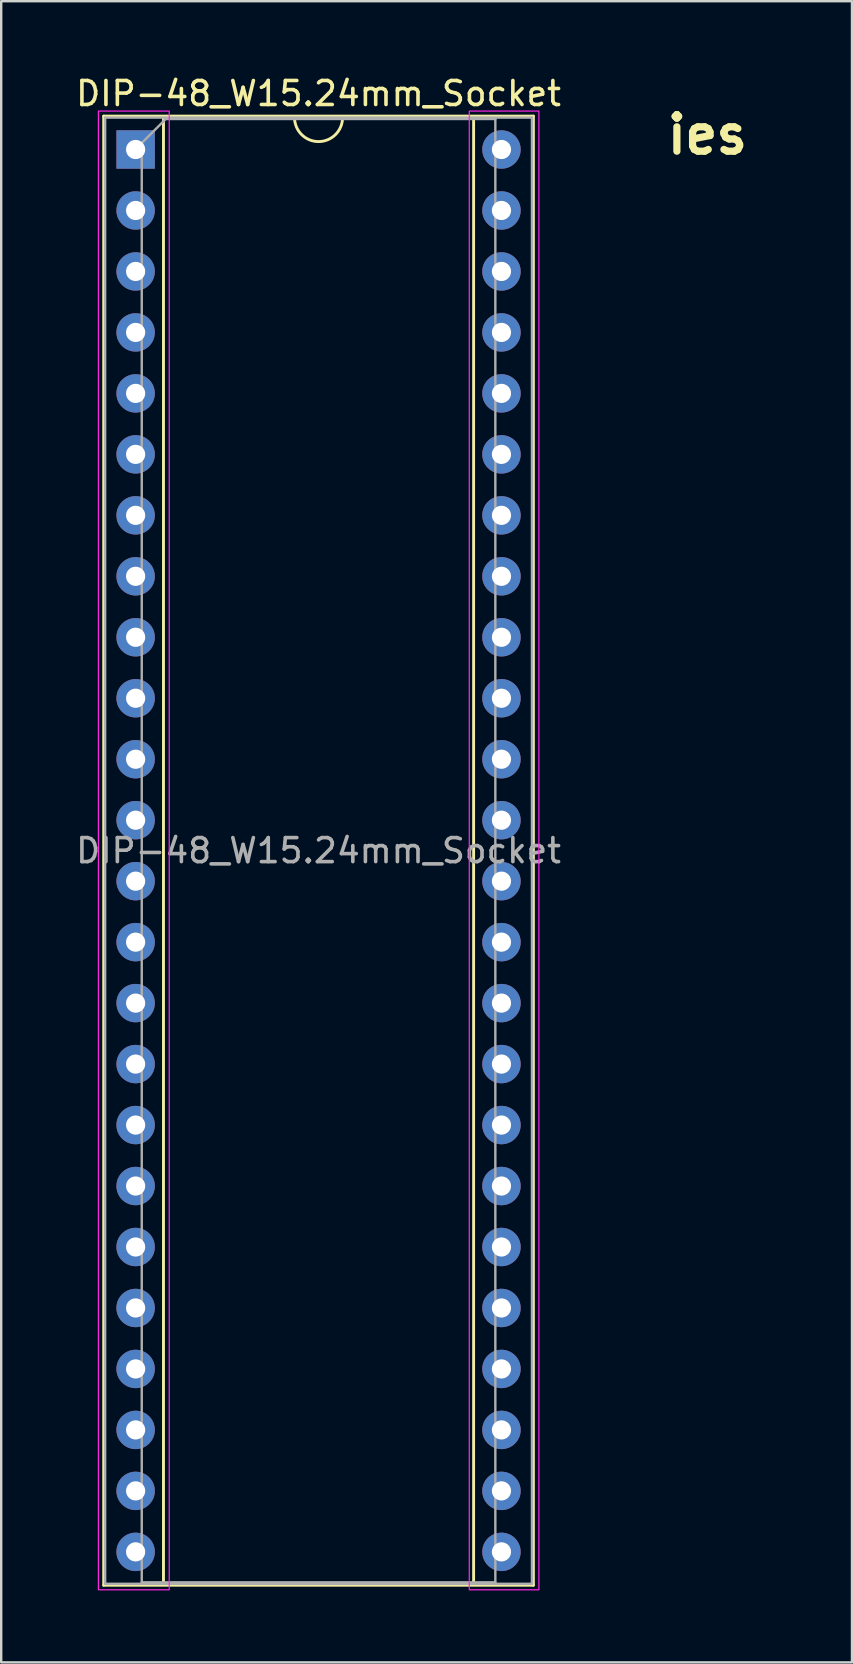
<source format=kicad_pcb>
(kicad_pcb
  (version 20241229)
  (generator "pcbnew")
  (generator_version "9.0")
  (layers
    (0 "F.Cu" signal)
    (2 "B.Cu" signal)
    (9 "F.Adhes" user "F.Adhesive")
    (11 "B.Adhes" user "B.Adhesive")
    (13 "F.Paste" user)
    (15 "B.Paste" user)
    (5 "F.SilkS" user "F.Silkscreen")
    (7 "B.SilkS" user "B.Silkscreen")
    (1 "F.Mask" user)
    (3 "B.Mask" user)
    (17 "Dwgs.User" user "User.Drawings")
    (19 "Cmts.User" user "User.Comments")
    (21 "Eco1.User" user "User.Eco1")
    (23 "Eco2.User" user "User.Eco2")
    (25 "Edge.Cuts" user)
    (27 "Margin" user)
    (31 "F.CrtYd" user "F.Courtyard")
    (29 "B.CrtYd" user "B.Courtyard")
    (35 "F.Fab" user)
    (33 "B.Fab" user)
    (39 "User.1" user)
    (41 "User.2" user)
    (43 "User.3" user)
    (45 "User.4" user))
  (footprint "ies"
    (layer "F.Cu")
    (at 26.418 2.559)
    (property "Reference" "ies" (at 0 0 0) (layer "F.SilkS") (effects (font (size 1.524 1.524) (thickness 0.3))))
    (attr board_only exclude_from_pos_files exclude_from_bom)
    (fp_poly (pts (xy -2.279 -1.861) (xy -2.977 -1.861) (xy -2.977 -2.559) (xy -2.279 -2.559)) (stroke (width 0) (type solid)) (fill yes) (layer "F.Mask"))
    (fp_poly (pts (xy -2.279 -0.977) (xy -2.977 -0.977) (xy -2.977 -1.675) (xy -2.279 -1.675)) (stroke (width 0) (type solid)) (fill yes) (layer "F.Mask"))
    (fp_poly (pts (xy -2.279 -0.093) (xy -2.977 -0.093) (xy -2.977 -0.791) (xy -2.279 -0.791)) (stroke (width 0) (type solid)) (fill yes) (layer "F.Mask"))
    (fp_poly (pts (xy -2.279 0.791) (xy -2.977 0.791) (xy -2.977 0.093) (xy -2.279 0.093)) (stroke (width 0) (type solid)) (fill yes) (layer "F.Mask"))
    (fp_poly (pts (xy -2.279 1.675) (xy -2.977 1.675) (xy -2.977 0.977) (xy -2.279 0.977)) (stroke (width 0) (type solid)) (fill yes) (layer "F.Mask"))
    (fp_poly (pts (xy -1.396 -0.977) (xy -2.093 -0.977) (xy -2.093 -1.675) (xy -1.396 -1.675)) (stroke (width 0) (type solid)) (fill yes) (layer "F.Mask"))
    (fp_poly (pts (xy -1.396 -0.093) (xy -2.093 -0.093) (xy -2.093 -0.791) (xy -1.396 -0.791)) (stroke (width 0) (type solid)) (fill yes) (layer "F.Mask"))
    (fp_poly (pts (xy -1.396 0.791) (xy -2.093 0.791) (xy -2.093 0.093) (xy -1.396 0.093)) (stroke (width 0) (type solid)) (fill yes) (layer "F.Mask"))
    (fp_poly (pts (xy -1.396 1.675) (xy -2.093 1.675) (xy -2.093 0.977) (xy -1.396 0.977)) (stroke (width 0) (type solid)) (fill yes) (layer "F.Mask"))
    (fp_poly (pts (xy -1.396 2.559) (xy -2.093 2.559) (xy -2.093 1.861) (xy -1.396 1.861)) (stroke (width 0) (type solid)) (fill yes) (layer "F.Mask"))
    (fp_poly (pts (xy -0.512 -0.977) (xy -1.21 -0.977) (xy -1.21 -1.675) (xy -0.512 -1.675)) (stroke (width 0) (type solid)) (fill yes) (layer "F.Mask"))
    (fp_poly (pts (xy -0.512 0.791) (xy -1.21 0.791) (xy -1.21 0.093) (xy -0.512 0.093)) (stroke (width 0) (type solid)) (fill yes) (layer "F.Mask"))
    (fp_poly (pts (xy -0.512 2.559) (xy -1.21 2.559) (xy -1.21 1.861) (xy -0.512 1.861)) (stroke (width 0) (type solid)) (fill yes) (layer "F.Mask"))
    (fp_poly (pts (xy 0.372 -0.977) (xy -0.326 -0.977) (xy -0.326 -1.675) (xy 0.372 -1.675)) (stroke (width 0) (type solid)) (fill yes) (layer "F.Mask"))
    (fp_poly (pts (xy 0.372 0.791) (xy -0.326 0.791) (xy -0.326 0.093) (xy 0.372 0.093)) (stroke (width 0) (type solid)) (fill yes) (layer "F.Mask"))
    (fp_poly (pts (xy 0.372 2.559) (xy -0.326 2.559) (xy -0.326 1.861) (xy 0.372 1.861)) (stroke (width 0) (type solid)) (fill yes) (layer "F.Mask"))
    (fp_poly (pts (xy 1.256 -1.861) (xy 0.558 -1.861) (xy 0.558 -2.559) (xy 1.256 -2.559)) (stroke (width 0) (type solid)) (fill yes) (layer "F.Mask"))
    (fp_poly (pts (xy 1.256 -0.977) (xy 0.558 -0.977) (xy 0.558 -1.675) (xy 1.256 -1.675)) (stroke (width 0) (type solid)) (fill yes) (layer "F.Mask"))
    (fp_poly (pts (xy 1.256 -0.093) (xy 0.558 -0.093) (xy 0.558 -0.791) (xy 1.256 -0.791)) (stroke (width 0) (type solid)) (fill yes) (layer "F.Mask"))
    (fp_poly (pts (xy 1.256 1.675) (xy 0.558 1.675) (xy 0.558 0.977) (xy 1.256 0.977)) (stroke (width 0) (type solid)) (fill yes) (layer "F.Mask"))
    (fp_poly (pts (xy 2.14 -1.861) (xy 1.442 -1.861) (xy 1.442 -2.559) (xy 2.14 -2.559)) (stroke (width 0) (type solid)) (fill yes) (layer "F.Mask"))
    (fp_poly (pts (xy 2.14 -0.093) (xy 1.442 -0.093) (xy 1.442 -0.791) (xy 2.14 -0.791)) (stroke (width 0) (type solid)) (fill yes) (layer "F.Mask"))
    (fp_poly (pts (xy 2.14 1.675) (xy 1.442 1.675) (xy 1.442 0.977) (xy 2.14 0.977)) (stroke (width 0) (type solid)) (fill yes) (layer "F.Mask"))
    (fp_poly (pts (xy 3.024 -1.861) (xy 2.326 -1.861) (xy 2.326 -2.559) (xy 3.024 -2.559)) (stroke (width 0) (type solid)) (fill yes) (layer "F.Mask"))
    (fp_poly (pts (xy 3.024 -0.093) (xy 2.326 -0.093) (xy 2.326 -0.791) (xy 3.024 -0.791)) (stroke (width 0) (type solid)) (fill yes) (layer "F.Mask"))
    (fp_poly (pts (xy 3.024 0.791) (xy 2.326 0.791) (xy 2.326 0.093) (xy 3.024 0.093)) (stroke (width 0) (type solid)) (fill yes) (layer "F.Mask"))
    (fp_poly (pts (xy 3.024 1.675) (xy 2.326 1.675) (xy 2.326 0.977) (xy 3.024 0.977)) (stroke (width 0) (type solid)) (fill yes) (layer "F.Mask"))
    (fp_poly (pts (xy -2.279 2.559) (xy -2.977 2.559) (xy -2.977 2.466) (xy -2.884 2.466) (xy -2.373 2.466) (xy -2.373 1.954) (xy -2.884 1.954) (xy -2.884 2.466) (xy -2.977 2.466) (xy -2.977 1.861) (xy -2.279 1.861)) (stroke (width 0) (type solid)) (fill yes) (layer "F.Mask"))
    (fp_poly (pts (xy -1.396 -1.861) (xy -2.093 -1.861) (xy -2.093 -1.954) (xy -2 -1.954) (xy -1.489 -1.954) (xy -1.489 -2.466) (xy -2 -2.466) (xy -2 -1.954) (xy -2.093 -1.954) (xy -2.093 -2.559) (xy -1.396 -2.559)) (stroke (width 0) (type solid)) (fill yes) (layer "F.Mask"))
    (fp_poly (pts (xy -0.512 -1.861) (xy -1.21 -1.861) (xy -1.21 -1.954) (xy -1.116 -1.954) (xy -0.605 -1.954) (xy -0.605 -2.466) (xy -1.116 -2.466) (xy -1.116 -1.954) (xy -1.21 -1.954) (xy -1.21 -2.559) (xy -0.512 -2.559)) (stroke (width 0) (type solid)) (fill yes) (layer "F.Mask"))
    (fp_poly (pts (xy -0.512 -0.093) (xy -1.21 -0.093) (xy -1.21 -0.186) (xy -1.116 -0.186) (xy -0.605 -0.186) (xy -0.605 -0.698) (xy -1.116 -0.698) (xy -1.116 -0.186) (xy -1.21 -0.186) (xy -1.21 -0.791) (xy -0.512 -0.791)) (stroke (width 0) (type solid)) (fill yes) (layer "F.Mask"))
    (fp_poly (pts (xy -0.512 1.675) (xy -1.21 1.675) (xy -1.21 1.582) (xy -1.116 1.582) (xy -0.605 1.582) (xy -0.605 1.07) (xy -1.116 1.07) (xy -1.116 1.582) (xy -1.21 1.582) (xy -1.21 0.977) (xy -0.512 0.977)) (stroke (width 0) (type solid)) (fill yes) (layer "F.Mask"))
    (fp_poly (pts (xy 0.372 -1.861) (xy -0.326 -1.861) (xy -0.326 -1.954) (xy -0.233 -1.954) (xy 0.279 -1.954) (xy 0.279 -2.466) (xy -0.233 -2.466) (xy -0.233 -1.954) (xy -0.326 -1.954) (xy -0.326 -2.559) (xy 0.372 -2.559)) (stroke (width 0) (type solid)) (fill yes) (layer "F.Mask"))
    (fp_poly (pts (xy 0.372 -0.093) (xy -0.326 -0.093) (xy -0.326 -0.186) (xy -0.233 -0.186) (xy 0.279 -0.186) (xy 0.279 -0.698) (xy -0.233 -0.698) (xy -0.233 -0.186) (xy -0.326 -0.186) (xy -0.326 -0.791) (xy 0.372 -0.791)) (stroke (width 0) (type solid)) (fill yes) (layer "F.Mask"))
    (fp_poly (pts (xy 0.372 1.675) (xy -0.326 1.675) (xy -0.326 1.582) (xy -0.233 1.582) (xy 0.279 1.582) (xy 0.279 1.07) (xy -0.233 1.07) (xy -0.233 1.582) (xy -0.326 1.582) (xy -0.326 0.977) (xy 0.372 0.977)) (stroke (width 0) (type solid)) (fill yes) (layer "F.Mask"))
    (fp_poly (pts (xy 1.256 0.791) (xy 0.558 0.791) (xy 0.558 0.698) (xy 0.651 0.698) (xy 1.163 0.698) (xy 1.163 0.186) (xy 0.651 0.186) (xy 0.651 0.698) (xy 0.558 0.698) (xy 0.558 0.093) (xy 1.256 0.093)) (stroke (width 0) (type solid)) (fill yes) (layer "F.Mask"))
    (fp_poly (pts (xy 1.256 2.559) (xy 0.558 2.559) (xy 0.558 2.466) (xy 0.651 2.466) (xy 1.163 2.466) (xy 1.163 1.954) (xy 0.651 1.954) (xy 0.651 2.466) (xy 0.558 2.466) (xy 0.558 1.861) (xy 1.256 1.861)) (stroke (width 0) (type solid)) (fill yes) (layer "F.Mask"))
    (fp_poly (pts (xy 2.14 -0.977) (xy 1.442 -0.977) (xy 1.442 -1.07) (xy 1.535 -1.07) (xy 2.047 -1.07) (xy 2.047 -1.582) (xy 1.535 -1.582) (xy 1.535 -1.07) (xy 1.442 -1.07) (xy 1.442 -1.675) (xy 2.14 -1.675)) (stroke (width 0) (type solid)) (fill yes) (layer "F.Mask"))
    (fp_poly (pts (xy 2.14 0.791) (xy 1.442 0.791) (xy 1.442 0.698) (xy 1.535 0.698) (xy 2.047 0.698) (xy 2.047 0.186) (xy 1.535 0.186) (xy 1.535 0.698) (xy 1.442 0.698) (xy 1.442 0.093) (xy 2.14 0.093)) (stroke (width 0) (type solid)) (fill yes) (layer "F.Mask"))
    (fp_poly (pts (xy 2.14 2.559) (xy 1.442 2.559) (xy 1.442 2.466) (xy 1.535 2.466) (xy 2.047 2.466) (xy 2.047 1.954) (xy 1.535 1.954) (xy 1.535 2.466) (xy 1.442 2.466) (xy 1.442 1.861) (xy 2.14 1.861)) (stroke (width 0) (type solid)) (fill yes) (layer "F.Mask"))
    (fp_poly (pts (xy 3.024 -0.977) (xy 2.326 -0.977) (xy 2.326 -1.07) (xy 2.419 -1.07) (xy 2.931 -1.07) (xy 2.931 -1.582) (xy 2.419 -1.582) (xy 2.419 -1.07) (xy 2.326 -1.07) (xy 2.326 -1.675) (xy 3.024 -1.675)) (stroke (width 0) (type solid)) (fill yes) (layer "F.Mask"))
    (fp_poly (pts (xy 3.024 2.559) (xy 2.326 2.559) (xy 2.326 2.466) (xy 2.419 2.466) (xy 2.931 2.466) (xy 2.931 1.954) (xy 2.419 1.954) (xy 2.419 2.466) (xy 2.326 2.466) (xy 2.326 1.861) (xy 3.024 1.861)) (stroke (width 0) (type solid)) (fill yes) (layer "F.Mask")))
  (footprint "DIP-48_W15.24mm_Socket"
    (layer "F.Cu")
    (at 2.6 3.178)
    (property "Reference" "DIP-48_W15.24mm_Socket" (at 7.62 -2.33 0) (layer "F.SilkS") (effects (font (size 1 1) (thickness 0.15))))
    (attr through_hole)
    (fp_line (start -1.33 -1.39) (end -1.33 59.81) (stroke (width 0.12) (type solid)) (layer "F.SilkS"))
    (fp_line (start -1.33 59.81) (end 16.57 59.81) (stroke (width 0.12) (type solid)) (layer "F.SilkS"))
    (fp_line (start 1.16 -1.33) (end 1.16 59.75) (stroke (width 0.12) (type solid)) (layer "F.SilkS"))
    (fp_line (start 1.16 59.75) (end 14.08 59.75) (stroke (width 0.12) (type solid)) (layer "F.SilkS"))
    (fp_line (start 6.62 -1.33) (end 1.16 -1.33) (stroke (width 0.12) (type solid)) (layer "F.SilkS"))
    (fp_line (start 14.08 -1.33) (end 8.62 -1.33) (stroke (width 0.12) (type solid)) (layer "F.SilkS"))
    (fp_line (start 14.08 59.75) (end 14.08 -1.33) (stroke (width 0.12) (type solid)) (layer "F.SilkS"))
    (fp_line (start 16.57 -1.39) (end -1.33 -1.39) (stroke (width 0.12) (type solid)) (layer "F.SilkS"))
    (fp_line (start 16.57 59.81) (end 16.57 -1.39) (stroke (width 0.12) (type solid)) (layer "F.SilkS"))
    (fp_arc (start 8.62 -1.33) (mid 7.62 -0.33) (end 6.62 -1.33) (stroke (width 0.12) (type solid)) (layer "F.SilkS"))
    (fp_rect (start 1.4 60) (end -1.55 -1.6) (stroke (width 0.05) (type solid)) (fill no) (layer "F.CrtYd"))
    (fp_rect (start 16.8 60) (end 13.9 -1.6) (stroke (width 0.05) (type solid)) (fill no) (layer "F.CrtYd"))
    (fp_line (start -1.27 -1.33) (end -1.27 59.75) (stroke (width 0.1) (type solid)) (layer "F.Fab"))
    (fp_line (start -1.27 59.75) (end 16.51 59.75) (stroke (width 0.1) (type solid)) (layer "F.Fab"))
    (fp_line (start 0.255 -0.27) (end 1.255 -1.27) (stroke (width 0.1) (type solid)) (layer "F.Fab"))
    (fp_line (start 0.255 59.69) (end 0.255 -0.27) (stroke (width 0.1) (type solid)) (layer "F.Fab"))
    (fp_line (start 1.255 -1.27) (end 14.985 -1.27) (stroke (width 0.1) (type solid)) (layer "F.Fab"))
    (fp_line (start 14.985 -1.27) (end 14.985 59.69) (stroke (width 0.1) (type solid)) (layer "F.Fab"))
    (fp_line (start 14.985 59.69) (end 0.255 59.69) (stroke (width 0.1) (type solid)) (layer "F.Fab"))
    (fp_line (start 16.51 -1.33) (end -1.27 -1.33) (stroke (width 0.1) (type solid)) (layer "F.Fab"))
    (fp_line (start 16.51 59.75) (end 16.51 -1.33) (stroke (width 0.1) (type solid)) (layer "F.Fab"))
    (fp_text user "${REFERENCE}" (at 7.62 29.21 0) (layer "F.Fab") (effects (font (size 1 1) (thickness 0.15))))
    (pad "1" thru_hole rect (at 0 0) (size 1.6 1.6) (drill 0.8) (layers "*.Cu" "*.Mask"))
    (pad "2" thru_hole oval (at 0 2.54) (size 1.6 1.6) (drill 0.8) (layers "*.Cu" "*.Mask"))
    (pad "3" thru_hole oval (at 0 5.08) (size 1.6 1.6) (drill 0.8) (layers "*.Cu" "*.Mask"))
    (pad "4" thru_hole oval (at 0 7.62) (size 1.6 1.6) (drill 0.8) (layers "*.Cu" "*.Mask"))
    (pad "5" thru_hole oval (at 0 10.16) (size 1.6 1.6) (drill 0.8) (layers "*.Cu" "*.Mask"))
    (pad "6" thru_hole oval (at 0 12.7) (size 1.6 1.6) (drill 0.8) (layers "*.Cu" "*.Mask"))
    (pad "7" thru_hole oval (at 0 15.24) (size 1.6 1.6) (drill 0.8) (layers "*.Cu" "*.Mask"))
    (pad "8" thru_hole oval (at 0 17.78) (size 1.6 1.6) (drill 0.8) (layers "*.Cu" "*.Mask"))
    (pad "9" thru_hole oval (at 0 20.32) (size 1.6 1.6) (drill 0.8) (layers "*.Cu" "*.Mask"))
    (pad "10" thru_hole oval (at 0 22.86) (size 1.6 1.6) (drill 0.8) (layers "*.Cu" "*.Mask"))
    (pad "11" thru_hole oval (at 0 25.4) (size 1.6 1.6) (drill 0.8) (layers "*.Cu" "*.Mask"))
    (pad "12" thru_hole oval (at 0 27.94) (size 1.6 1.6) (drill 0.8) (layers "*.Cu" "*.Mask"))
    (pad "13" thru_hole oval (at 0 30.48) (size 1.6 1.6) (drill 0.8) (layers "*.Cu" "*.Mask"))
    (pad "14" thru_hole oval (at 0 33.02) (size 1.6 1.6) (drill 0.8) (layers "*.Cu" "*.Mask"))
    (pad "15" thru_hole oval (at 0 35.56) (size 1.6 1.6) (drill 0.8) (layers "*.Cu" "*.Mask"))
    (pad "16" thru_hole oval (at 0 38.1) (size 1.6 1.6) (drill 0.8) (layers "*.Cu" "*.Mask"))
    (pad "17" thru_hole oval (at 0 40.64) (size 1.6 1.6) (drill 0.8) (layers "*.Cu" "*.Mask"))
    (pad "18" thru_hole oval (at 0 43.18) (size 1.6 1.6) (drill 0.8) (layers "*.Cu" "*.Mask"))
    (pad "19" thru_hole oval (at 0 45.72) (size 1.6 1.6) (drill 0.8) (layers "*.Cu" "*.Mask"))
    (pad "20" thru_hole oval (at 0 48.26) (size 1.6 1.6) (drill 0.8) (layers "*.Cu" "*.Mask"))
    (pad "21" thru_hole oval (at 0 50.8) (size 1.6 1.6) (drill 0.8) (layers "*.Cu" "*.Mask"))
    (pad "22" thru_hole oval (at 0 53.34) (size 1.6 1.6) (drill 0.8) (layers "*.Cu" "*.Mask"))
    (pad "23" thru_hole oval (at 0 55.88) (size 1.6 1.6) (drill 0.8) (layers "*.Cu" "*.Mask"))
    (pad "24" thru_hole oval (at 0 58.42) (size 1.6 1.6) (drill 0.8) (layers "*.Cu" "*.Mask"))
    (pad "25" thru_hole oval (at 15.24 58.42) (size 1.6 1.6) (drill 0.8) (layers "*.Cu" "*.Mask"))
    (pad "26" thru_hole oval (at 15.24 55.88) (size 1.6 1.6) (drill 0.8) (layers "*.Cu" "*.Mask"))
    (pad "27" thru_hole oval (at 15.24 53.34) (size 1.6 1.6) (drill 0.8) (layers "*.Cu" "*.Mask"))
    (pad "28" thru_hole oval (at 15.24 50.8) (size 1.6 1.6) (drill 0.8) (layers "*.Cu" "*.Mask"))
    (pad "29" thru_hole oval (at 15.24 48.26) (size 1.6 1.6) (drill 0.8) (layers "*.Cu" "*.Mask"))
    (pad "30" thru_hole oval (at 15.24 45.72) (size 1.6 1.6) (drill 0.8) (layers "*.Cu" "*.Mask"))
    (pad "31" thru_hole oval (at 15.24 43.18) (size 1.6 1.6) (drill 0.8) (layers "*.Cu" "*.Mask"))
    (pad "32" thru_hole oval (at 15.24 40.64) (size 1.6 1.6) (drill 0.8) (layers "*.Cu" "*.Mask"))
    (pad "33" thru_hole oval (at 15.24 38.1) (size 1.6 1.6) (drill 0.8) (layers "*.Cu" "*.Mask"))
    (pad "34" thru_hole oval (at 15.24 35.56) (size 1.6 1.6) (drill 0.8) (layers "*.Cu" "*.Mask"))
    (pad "35" thru_hole oval (at 15.24 33.02) (size 1.6 1.6) (drill 0.8) (layers "*.Cu" "*.Mask"))
    (pad "36" thru_hole oval (at 15.24 30.48) (size 1.6 1.6) (drill 0.8) (layers "*.Cu" "*.Mask"))
    (pad "37" thru_hole oval (at 15.24 27.94) (size 1.6 1.6) (drill 0.8) (layers "*.Cu" "*.Mask"))
    (pad "38" thru_hole oval (at 15.24 25.4) (size 1.6 1.6) (drill 0.8) (layers "*.Cu" "*.Mask"))
    (pad "39" thru_hole oval (at 15.24 22.86) (size 1.6 1.6) (drill 0.8) (layers "*.Cu" "*.Mask"))
    (pad "40" thru_hole oval (at 15.24 20.32) (size 1.6 1.6) (drill 0.8) (layers "*.Cu" "*.Mask"))
    (pad "41" thru_hole oval (at 15.24 17.78) (size 1.6 1.6) (drill 0.8) (layers "*.Cu" "*.Mask"))
    (pad "42" thru_hole oval (at 15.24 15.24) (size 1.6 1.6) (drill 0.8) (layers "*.Cu" "*.Mask"))
    (pad "43" thru_hole oval (at 15.24 12.7) (size 1.6 1.6) (drill 0.8) (layers "*.Cu" "*.Mask"))
    (pad "44" thru_hole oval (at 15.24 10.16) (size 1.6 1.6) (drill 0.8) (layers "*.Cu" "*.Mask"))
    (pad "45" thru_hole oval (at 15.24 7.62) (size 1.6 1.6) (drill 0.8) (layers "*.Cu" "*.Mask"))
    (pad "46" thru_hole oval (at 15.24 5.08) (size 1.6 1.6) (drill 0.8) (layers "*.Cu" "*.Mask"))
    (pad "47" thru_hole oval (at 15.24 2.54) (size 1.6 1.6) (drill 0.8) (layers "*.Cu" "*.Mask"))
    (pad "48" thru_hole oval (at 15.24 0) (size 1.6 1.6) (drill 0.8) (layers "*.Cu" "*.Mask")))
  (gr_rect
    (start -3 -3)
    (end 32.442 66.203)
    (stroke (width 0.1) (type default))
    (fill no)
    (layer "Edge.Cuts")))
</source>
